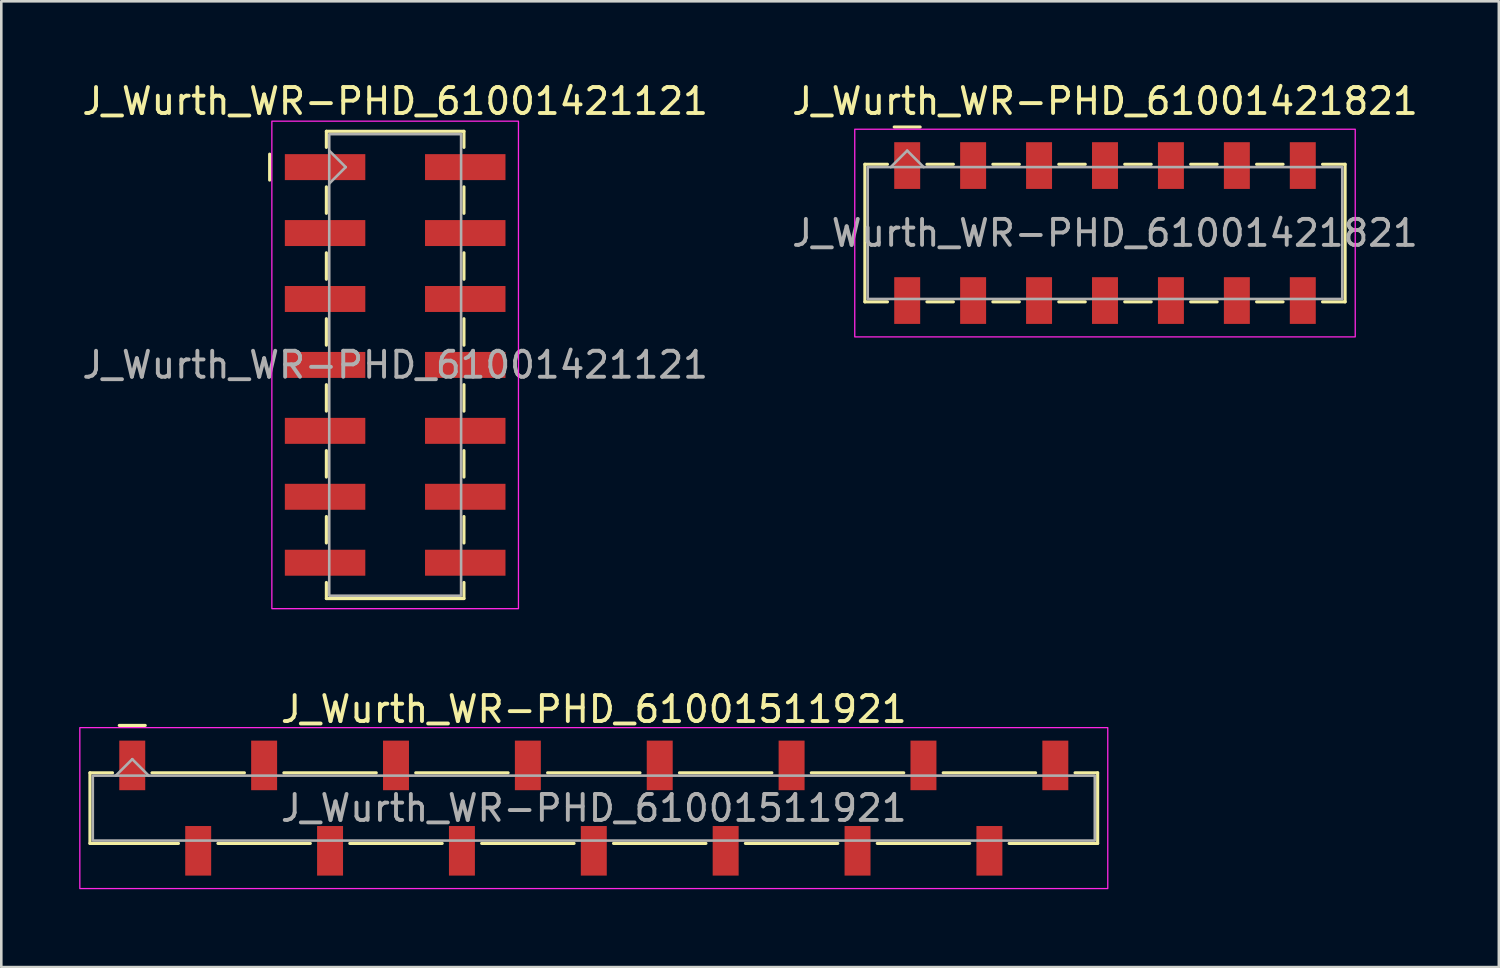
<source format=kicad_pcb>
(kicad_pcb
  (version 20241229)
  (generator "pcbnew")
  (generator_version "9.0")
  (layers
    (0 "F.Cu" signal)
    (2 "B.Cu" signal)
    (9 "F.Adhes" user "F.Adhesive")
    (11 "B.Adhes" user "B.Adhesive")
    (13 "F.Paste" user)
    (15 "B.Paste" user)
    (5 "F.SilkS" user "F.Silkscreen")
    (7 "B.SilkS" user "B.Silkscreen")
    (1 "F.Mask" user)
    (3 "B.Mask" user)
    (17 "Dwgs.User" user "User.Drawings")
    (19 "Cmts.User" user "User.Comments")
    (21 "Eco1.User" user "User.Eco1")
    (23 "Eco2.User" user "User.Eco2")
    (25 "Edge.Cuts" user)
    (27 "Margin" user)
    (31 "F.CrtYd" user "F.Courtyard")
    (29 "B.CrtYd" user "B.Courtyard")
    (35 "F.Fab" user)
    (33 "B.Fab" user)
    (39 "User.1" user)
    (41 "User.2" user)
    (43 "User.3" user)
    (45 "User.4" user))
  (footprint "J_Wurth_WR-PHD_61001421121"
    (layer "F.Cu")
    (at 12.173 11.008)
    (property "Reference" "J_Wurth_WR-PHD_61001421121" (at 0 -10.16 0) (unlocked yes) (layer "F.SilkS") (effects (font (size 1 1) (thickness 0.15))))
    (attr smd)
    (fp_line (start -4.835 -8.12) (end -4.835 -7.12) (stroke (width 0.12) (type solid)) (layer "F.SilkS"))
    (fp_line (start -2.65 -8.38) (end -2.65 -9) (stroke (width 0.12) (type solid)) (layer "F.SilkS"))
    (fp_line (start -2.65 -6.86) (end -2.65 -5.84) (stroke (width 0.12) (type solid)) (layer "F.SilkS"))
    (fp_line (start -2.65 -4.32) (end -2.65 -3.3) (stroke (width 0.12) (type solid)) (layer "F.SilkS"))
    (fp_line (start -2.65 -1.78) (end -2.65 -0.76) (stroke (width 0.12) (type solid)) (layer "F.SilkS"))
    (fp_line (start -2.65 0.76) (end -2.65 1.78) (stroke (width 0.12) (type solid)) (layer "F.SilkS"))
    (fp_line (start -2.65 3.3) (end -2.65 4.32) (stroke (width 0.12) (type solid)) (layer "F.SilkS"))
    (fp_line (start -2.65 5.84) (end -2.65 6.86) (stroke (width 0.12) (type solid)) (layer "F.SilkS"))
    (fp_line (start -2.65 8.38) (end -2.65 9) (stroke (width 0.12) (type solid)) (layer "F.SilkS"))
    (fp_line (start 2.65 -9) (end -2.65 -9) (stroke (width 0.12) (type solid)) (layer "F.SilkS"))
    (fp_line (start 2.65 -9) (end 2.65 -8.38) (stroke (width 0.12) (type solid)) (layer "F.SilkS"))
    (fp_line (start 2.65 -6.86) (end 2.65 -5.84) (stroke (width 0.12) (type solid)) (layer "F.SilkS"))
    (fp_line (start 2.65 -4.32) (end 2.65 -3.3) (stroke (width 0.12) (type solid)) (layer "F.SilkS"))
    (fp_line (start 2.65 -1.78) (end 2.65 -0.76) (stroke (width 0.12) (type solid)) (layer "F.SilkS"))
    (fp_line (start 2.65 0.76) (end 2.65 1.78) (stroke (width 0.12) (type solid)) (layer "F.SilkS"))
    (fp_line (start 2.65 3.3) (end 2.65 4.32) (stroke (width 0.12) (type solid)) (layer "F.SilkS"))
    (fp_line (start 2.65 5.84) (end 2.65 6.86) (stroke (width 0.12) (type solid)) (layer "F.SilkS"))
    (fp_line (start 2.65 8.38) (end 2.65 9) (stroke (width 0.12) (type solid)) (layer "F.SilkS"))
    (fp_line (start 2.65 9) (end -2.65 9) (stroke (width 0.12) (type solid)) (layer "F.SilkS"))
    (fp_rect (start -4.75 -9.39) (end 4.75 9.39) (stroke (width 0.05) (type solid)) (fill no) (layer "F.CrtYd"))
    (fp_line (start -2.54 -8.255) (end -1.905 -7.62) (stroke (width 0.1) (type default)) (layer "F.Fab"))
    (fp_line (start -1.905 -7.62) (end -2.54 -6.985) (stroke (width 0.1) (type default)) (layer "F.Fab"))
    (fp_rect (start -2.54 -8.89) (end 2.54 8.89) (stroke (width 0.1) (type solid)) (fill no) (layer "F.Fab"))
    (fp_text user "${REFERENCE}" (at 0 0 0) (unlocked yes) (layer "F.Fab") (effects (font (size 1 1) (thickness 0.15))))
    (pad "1" smd rect (at -2.7 -7.62 270) (size 1 3.1) (layers "F.Cu" "F.Mask" "F.Paste"))
    (pad "2" smd rect (at 2.7 -7.62 270) (size 1 3.1) (layers "F.Cu" "F.Mask" "F.Paste"))
    (pad "3" smd rect (at -2.7 -5.08 270) (size 1 3.1) (layers "F.Cu" "F.Mask" "F.Paste"))
    (pad "4" smd rect (at 2.7 -5.08 270) (size 1 3.1) (layers "F.Cu" "F.Mask" "F.Paste"))
    (pad "5" smd rect (at -2.7 -2.54 270) (size 1 3.1) (layers "F.Cu" "F.Mask" "F.Paste"))
    (pad "6" smd rect (at 2.7 -2.54 270) (size 1 3.1) (layers "F.Cu" "F.Mask" "F.Paste"))
    (pad "7" smd rect (at -2.7 0 270) (size 1 3.1) (layers "F.Cu" "F.Mask" "F.Paste"))
    (pad "8" smd rect (at 2.7 0 270) (size 1 3.1) (layers "F.Cu" "F.Mask" "F.Paste"))
    (pad "9" smd rect (at -2.7 2.54 270) (size 1 3.1) (layers "F.Cu" "F.Mask" "F.Paste"))
    (pad "10" smd rect (at 2.7 2.54 270) (size 1 3.1) (layers "F.Cu" "F.Mask" "F.Paste"))
    (pad "11" smd rect (at -2.7 5.08 270) (size 1 3.1) (layers "F.Cu" "F.Mask" "F.Paste"))
    (pad "12" smd rect (at 2.7 5.08 270) (size 1 3.1) (layers "F.Cu" "F.Mask" "F.Paste"))
    (pad "13" smd rect (at -2.7 7.62 270) (size 1 3.1) (layers "F.Cu" "F.Mask" "F.Paste"))
    (pad "14" smd rect (at 2.7 7.62 270) (size 1 3.1) (layers "F.Cu" "F.Mask" "F.Paste")))
  (footprint "J_Wurth_WR-PHD_61001511921"
    (layer "F.Cu")
    (at 19.825 28.081)
    (property "Reference" "J_Wurth_WR-PHD_61001511921" (at 0 -3.81 0) (unlocked yes) (layer "F.SilkS") (effects (font (size 1 1) (thickness 0.15))))
    (attr smd)
    (fp_line (start -19.41 -1.36) (end -19.41 1.36) (stroke (width 0.12) (type solid)) (layer "F.SilkS"))
    (fp_line (start -19.41 -1.36) (end -18.54 -1.36) (stroke (width 0.12) (type solid)) (layer "F.SilkS"))
    (fp_line (start -19.41 1.36) (end -16 1.36) (stroke (width 0.12) (type solid)) (layer "F.SilkS"))
    (fp_line (start -18.28 -3.185) (end -17.28 -3.185) (stroke (width 0.12) (type solid)) (layer "F.SilkS"))
    (fp_line (start -17.02 -1.36) (end -13.46 -1.36) (stroke (width 0.12) (type solid)) (layer "F.SilkS"))
    (fp_line (start -14.48 1.36) (end -10.92 1.36) (stroke (width 0.12) (type solid)) (layer "F.SilkS"))
    (fp_line (start -11.94 -1.36) (end -8.38 -1.36) (stroke (width 0.12) (type solid)) (layer "F.SilkS"))
    (fp_line (start -9.4 1.36) (end -5.84 1.36) (stroke (width 0.12) (type solid)) (layer "F.SilkS"))
    (fp_line (start -6.86 -1.36) (end -3.3 -1.36) (stroke (width 0.12) (type solid)) (layer "F.SilkS"))
    (fp_line (start -4.32 1.36) (end -0.76 1.36) (stroke (width 0.12) (type solid)) (layer "F.SilkS"))
    (fp_line (start -1.78 -1.36) (end 1.78 -1.36) (stroke (width 0.12) (type solid)) (layer "F.SilkS"))
    (fp_line (start 0.76 1.36) (end 4.32 1.36) (stroke (width 0.12) (type solid)) (layer "F.SilkS"))
    (fp_line (start 3.3 -1.36) (end 6.86 -1.36) (stroke (width 0.12) (type solid)) (layer "F.SilkS"))
    (fp_line (start 5.84 1.36) (end 9.4 1.36) (stroke (width 0.12) (type solid)) (layer "F.SilkS"))
    (fp_line (start 8.38 -1.36) (end 11.94 -1.36) (stroke (width 0.12) (type solid)) (layer "F.SilkS"))
    (fp_line (start 10.92 1.36) (end 14.48 1.36) (stroke (width 0.12) (type solid)) (layer "F.SilkS"))
    (fp_line (start 13.46 -1.36) (end 17.02 -1.36) (stroke (width 0.12) (type solid)) (layer "F.SilkS"))
    (fp_line (start 16 1.36) (end 19.41 1.36) (stroke (width 0.12) (type solid)) (layer "F.SilkS"))
    (fp_line (start 18.54 -1.36) (end 19.41 -1.36) (stroke (width 0.12) (type solid)) (layer "F.SilkS"))
    (fp_line (start 19.41 -1.36) (end 19.41 1.36) (stroke (width 0.12) (type solid)) (layer "F.SilkS"))
    (fp_rect (start -19.8 -3.1) (end 19.8 3.1) (stroke (width 0.05) (type solid)) (fill no) (layer "F.CrtYd"))
    (fp_line (start -18.415 -1.25) (end -17.78 -1.885) (stroke (width 0.1) (type default)) (layer "F.Fab"))
    (fp_line (start -17.78 -1.885) (end -17.145 -1.25) (stroke (width 0.1) (type default)) (layer "F.Fab"))
    (fp_rect (start -19.3 -1.25) (end 19.3 1.25) (stroke (width 0.1) (type solid)) (fill no) (layer "F.Fab"))
    (fp_text user "${REFERENCE}" (at 0 0 0) (unlocked yes) (layer "F.Fab") (effects (font (size 1 1) (thickness 0.15))))
    (pad "1" smd rect (at -17.78 -1.645) (size 1 1.91) (layers "F.Cu" "F.Mask" "F.Paste"))
    (pad "2" smd rect (at -15.24 1.645) (size 1 1.91) (layers "F.Cu" "F.Mask" "F.Paste"))
    (pad "3" smd rect (at -12.7 -1.645) (size 1 1.91) (layers "F.Cu" "F.Mask" "F.Paste"))
    (pad "4" smd rect (at -10.16 1.645) (size 1 1.91) (layers "F.Cu" "F.Mask" "F.Paste"))
    (pad "5" smd rect (at -7.62 -1.645) (size 1 1.91) (layers "F.Cu" "F.Mask" "F.Paste"))
    (pad "6" smd rect (at -5.08 1.645) (size 1 1.91) (layers "F.Cu" "F.Mask" "F.Paste"))
    (pad "7" smd rect (at -2.54 -1.645) (size 1 1.91) (layers "F.Cu" "F.Mask" "F.Paste"))
    (pad "8" smd rect (at 0 1.645) (size 1 1.91) (layers "F.Cu" "F.Mask" "F.Paste"))
    (pad "9" smd rect (at 2.54 -1.645) (size 1 1.91) (layers "F.Cu" "F.Mask" "F.Paste"))
    (pad "10" smd rect (at 5.08 1.645) (size 1 1.91) (layers "F.Cu" "F.Mask" "F.Paste"))
    (pad "11" smd rect (at 7.62 -1.645) (size 1 1.91) (layers "F.Cu" "F.Mask" "F.Paste"))
    (pad "12" smd rect (at 10.16 1.645) (size 1 1.91) (layers "F.Cu" "F.Mask" "F.Paste"))
    (pad "13" smd rect (at 12.7 -1.645) (size 1 1.91) (layers "F.Cu" "F.Mask" "F.Paste"))
    (pad "14" smd rect (at 15.24 1.645) (size 1 1.91) (layers "F.Cu" "F.Mask" "F.Paste"))
    (pad "15" smd rect (at 17.78 -1.645) (size 1 1.91) (layers "F.Cu" "F.Mask" "F.Paste")))
  (footprint "J_Wurth_WR-PHD_61001421821"
    (layer "F.Cu")
    (at 39.518 5.928)
    (property "Reference" "J_Wurth_WR-PHD_61001421821" (at 0 -5.08 0) (unlocked yes) (layer "F.SilkS") (effects (font (size 1 1) (thickness 0.15))))
    (attr smd)
    (fp_line (start -9.25 -2.65) (end -9.25 2.65) (stroke (width 0.12) (type solid)) (layer "F.SilkS"))
    (fp_line (start -9.25 -2.65) (end -8.38 -2.65) (stroke (width 0.12) (type solid)) (layer "F.SilkS"))
    (fp_line (start -9.25 2.65) (end -8.38 2.65) (stroke (width 0.12) (type solid)) (layer "F.SilkS"))
    (fp_line (start -8.12 -4.085) (end -7.12 -4.085) (stroke (width 0.12) (type solid)) (layer "F.SilkS"))
    (fp_line (start -6.86 -2.65) (end -5.84 -2.65) (stroke (width 0.12) (type solid)) (layer "F.SilkS"))
    (fp_line (start -6.86 2.65) (end -5.84 2.65) (stroke (width 0.12) (type solid)) (layer "F.SilkS"))
    (fp_line (start -4.32 -2.65) (end -3.3 -2.65) (stroke (width 0.12) (type solid)) (layer "F.SilkS"))
    (fp_line (start -4.32 2.65) (end -3.3 2.65) (stroke (width 0.12) (type solid)) (layer "F.SilkS"))
    (fp_line (start -1.78 -2.65) (end -0.76 -2.65) (stroke (width 0.12) (type solid)) (layer "F.SilkS"))
    (fp_line (start -1.78 2.65) (end -0.76 2.65) (stroke (width 0.12) (type solid)) (layer "F.SilkS"))
    (fp_line (start 0.76 -2.65) (end 1.78 -2.65) (stroke (width 0.12) (type solid)) (layer "F.SilkS"))
    (fp_line (start 0.76 2.65) (end 1.78 2.65) (stroke (width 0.12) (type solid)) (layer "F.SilkS"))
    (fp_line (start 3.3 -2.65) (end 4.32 -2.65) (stroke (width 0.12) (type solid)) (layer "F.SilkS"))
    (fp_line (start 3.3 2.65) (end 4.32 2.65) (stroke (width 0.12) (type solid)) (layer "F.SilkS"))
    (fp_line (start 5.84 -2.65) (end 6.86 -2.65) (stroke (width 0.12) (type solid)) (layer "F.SilkS"))
    (fp_line (start 5.84 2.65) (end 6.86 2.65) (stroke (width 0.12) (type solid)) (layer "F.SilkS"))
    (fp_line (start 8.38 -2.65) (end 9.25 -2.65) (stroke (width 0.12) (type solid)) (layer "F.SilkS"))
    (fp_line (start 8.38 2.65) (end 9.25 2.65) (stroke (width 0.12) (type solid)) (layer "F.SilkS"))
    (fp_line (start 9.25 -2.65) (end 9.25 2.65) (stroke (width 0.12) (type solid)) (layer "F.SilkS"))
    (fp_rect (start -9.64 -4) (end 9.64 4) (stroke (width 0.05) (type solid)) (fill no) (layer "F.CrtYd"))
    (fp_line (start -8.255 -2.54) (end -7.62 -3.175) (stroke (width 0.1) (type default)) (layer "F.Fab"))
    (fp_line (start -7.62 -3.175) (end -6.985 -2.54) (stroke (width 0.1) (type default)) (layer "F.Fab"))
    (fp_rect (start -9.14 -2.54) (end 9.14 2.54) (stroke (width 0.1) (type solid)) (fill no) (layer "F.Fab"))
    (fp_text user "${REFERENCE}" (at 0 0 0) (unlocked yes) (layer "F.Fab") (effects (font (size 1 1) (thickness 0.15))))
    (pad "1" smd rect (at -7.62 -2.6) (size 1 1.8) (layers "F.Cu" "F.Mask" "F.Paste"))
    (pad "2" smd rect (at -7.62 2.6) (size 1 1.8) (layers "F.Cu" "F.Mask" "F.Paste"))
    (pad "3" smd rect (at -5.08 -2.6) (size 1 1.8) (layers "F.Cu" "F.Mask" "F.Paste"))
    (pad "4" smd rect (at -5.08 2.6) (size 1 1.8) (layers "F.Cu" "F.Mask" "F.Paste"))
    (pad "5" smd rect (at -2.54 -2.6) (size 1 1.8) (layers "F.Cu" "F.Mask" "F.Paste"))
    (pad "6" smd rect (at -2.54 2.6) (size 1 1.8) (layers "F.Cu" "F.Mask" "F.Paste"))
    (pad "7" smd rect (at 0 -2.6) (size 1 1.8) (layers "F.Cu" "F.Mask" "F.Paste"))
    (pad "8" smd rect (at 0 2.6) (size 1 1.8) (layers "F.Cu" "F.Mask" "F.Paste"))
    (pad "9" smd rect (at 2.54 -2.6) (size 1 1.8) (layers "F.Cu" "F.Mask" "F.Paste"))
    (pad "10" smd rect (at 2.54 2.6) (size 1 1.8) (layers "F.Cu" "F.Mask" "F.Paste"))
    (pad "11" smd rect (at 5.08 -2.6) (size 1 1.8) (layers "F.Cu" "F.Mask" "F.Paste"))
    (pad "12" smd rect (at 5.08 2.6) (size 1 1.8) (layers "F.Cu" "F.Mask" "F.Paste"))
    (pad "13" smd rect (at 7.62 -2.6) (size 1 1.8) (layers "F.Cu" "F.Mask" "F.Paste"))
    (pad "14" smd rect (at 7.62 2.6) (size 1 1.8) (layers "F.Cu" "F.Mask" "F.Paste")))
  (gr_rect
    (start -3 -3)
    (end 54.69 34.206)
    (stroke (width 0.1) (type default))
    (fill no)
    (layer "Edge.Cuts")))
</source>
